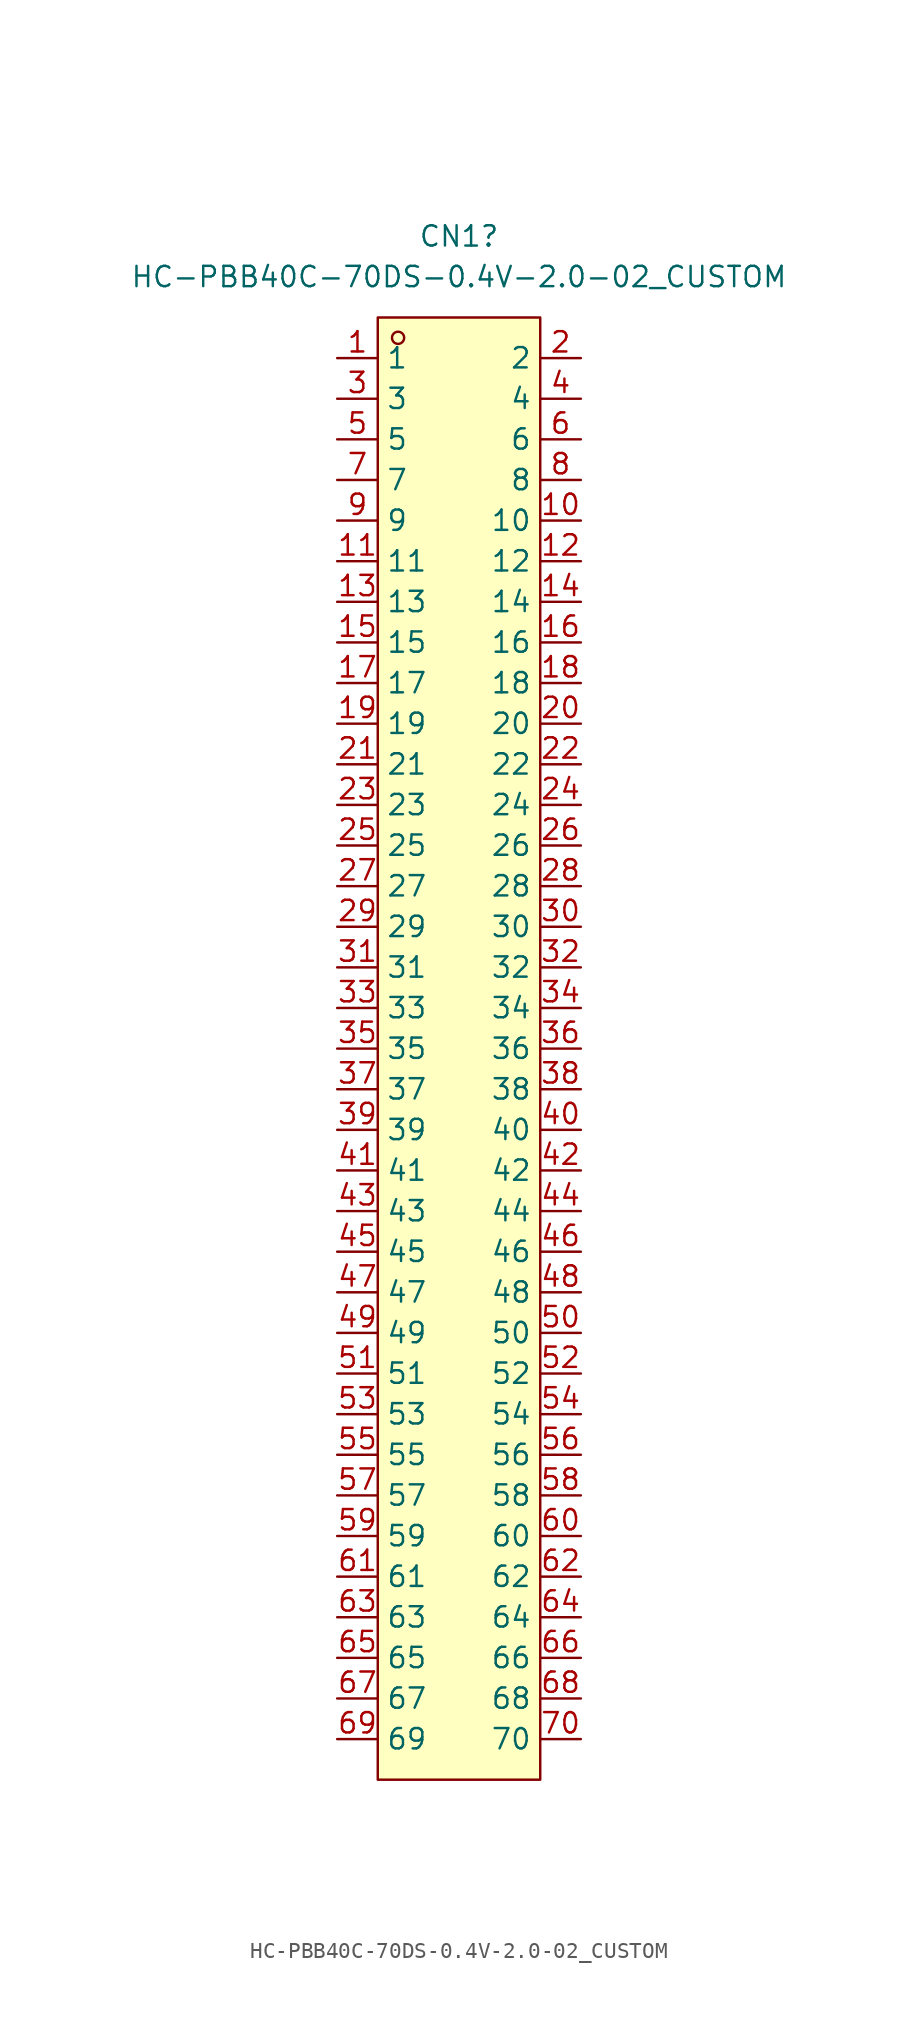
<source format=kicad_sym>
(kicad_symbol_lib
  (version 20241209)
  (generator "kicad_symbol_editor")
  (generator_version "9.0")
  (symbol "HC-PBB40C-70DS-0.4V-2.0-02_CUSTOM"
    (property "Reference" "CN1"
      (at 0 50.8 0)
      (effects (font (size 1.27 1.27))))
    (property "Value" "HC-PBB40C-70DS-0.4V-2.0-02_CUSTOM"
      (at 0 48.26 0)
      (effects (font (size 1.27 1.27))))
    (symbol "HC-PBB40C-70DS-0.4V-2.0-02_CUSTOM_0_1"
      (rectangle (start -5.08 45.72) (end 5.08 -45.72) (stroke (width 0) (type default)) (fill (type background)))
      (circle (center -3.81 44.45) (radius 0.38) (stroke (width 0) (type default)) (fill (type none))))
    (symbol "HC-PBB40C-70DS-0.4V-2.0-02_CUSTOM_1_1"
      (pin passive line (at -7.62 43.18 0) (length 2.54) (name "1" (effects (font (size 1.27 1.27)))) (number "1" (effects (font (size 1.27 1.27)))))
      (pin passive line (at -7.62 40.64 0) (length 2.54) (name "3" (effects (font (size 1.27 1.27)))) (number "3" (effects (font (size 1.27 1.27)))))
      (pin passive line (at -7.62 38.1 0) (length 2.54) (name "5" (effects (font (size 1.27 1.27)))) (number "5" (effects (font (size 1.27 1.27)))))
      (pin passive line (at -7.62 35.56 0) (length 2.54) (name "7" (effects (font (size 1.27 1.27)))) (number "7" (effects (font (size 1.27 1.27)))))
      (pin power_in line (at -7.62 33.02 0) (length 2.54) (name "9" (effects (font (size 1.27 1.27)))) (number "9" (effects (font (size 1.27 1.27)))))
      (pin passive line (at -7.62 30.48 0) (length 2.54) (name "11" (effects (font (size 1.27 1.27)))) (number "11" (effects (font (size 1.27 1.27)))))
      (pin passive line (at -7.62 27.94 0) (length 2.54) (name "13" (effects (font (size 1.27 1.27)))) (number "13" (effects (font (size 1.27 1.27)))))
      (pin passive line (at -7.62 25.4 0) (length 2.54) (name "15" (effects (font (size 1.27 1.27)))) (number "15" (effects (font (size 1.27 1.27)))))
      (pin passive line (at -7.62 22.86 0) (length 2.54) (name "17" (effects (font (size 1.27 1.27)))) (number "17" (effects (font (size 1.27 1.27)))))
      (pin power_in line (at -7.62 20.32 0) (length 2.54) (name "19" (effects (font (size 1.27 1.27)))) (number "19" (effects (font (size 1.27 1.27)))))
      (pin passive line (at -7.62 17.78 0) (length 2.54) (name "21" (effects (font (size 1.27 1.27)))) (number "21" (effects (font (size 1.27 1.27)))))
      (pin passive line (at -7.62 15.24 0) (length 2.54) (name "23" (effects (font (size 1.27 1.27)))) (number "23" (effects (font (size 1.27 1.27)))))
      (pin passive line (at -7.62 12.7 0) (length 2.54) (name "25" (effects (font (size 1.27 1.27)))) (number "25" (effects (font (size 1.27 1.27)))))
      (pin power_in line (at -7.62 10.16 0) (length 2.54) (name "27" (effects (font (size 1.27 1.27)))) (number "27" (effects (font (size 1.27 1.27)))))
      (pin passive line (at -7.62 7.62 0) (length 2.54) (name "29" (effects (font (size 1.27 1.27)))) (number "29" (effects (font (size 1.27 1.27)))))
      (pin passive line (at -7.62 5.08 0) (length 2.54) (name "31" (effects (font (size 1.27 1.27)))) (number "31" (effects (font (size 1.27 1.27)))))
      (pin passive line (at -7.62 2.54 0) (length 2.54) (name "33" (effects (font (size 1.27 1.27)))) (number "33" (effects (font (size 1.27 1.27)))))
      (pin power_in line (at -7.62 0 0) (length 2.54) (name "35" (effects (font (size 1.27 1.27)))) (number "35" (effects (font (size 1.27 1.27)))))
      (pin power_in line (at -7.62 -2.54 0) (length 2.54) (name "37" (effects (font (size 1.27 1.27)))) (number "37" (effects (font (size 1.27 1.27)))))
      (pin passive line (at -7.62 -5.08 0) (length 2.54) (name "39" (effects (font (size 1.27 1.27)))) (number "39" (effects (font (size 1.27 1.27)))))
      (pin passive line (at -7.62 -7.62 0) (length 2.54) (name "41" (effects (font (size 1.27 1.27)))) (number "41" (effects (font (size 1.27 1.27)))))
      (pin passive line (at -7.62 -10.16 0) (length 2.54) (name "43" (effects (font (size 1.27 1.27)))) (number "43" (effects (font (size 1.27 1.27)))))
      (pin passive line (at -7.62 -12.7 0) (length 2.54) (name "45" (effects (font (size 1.27 1.27)))) (number "45" (effects (font (size 1.27 1.27)))))
      (pin passive line (at -7.62 -15.24 0) (length 2.54) (name "47" (effects (font (size 1.27 1.27)))) (number "47" (effects (font (size 1.27 1.27)))))
      (pin passive line (at -7.62 -17.78 0) (length 2.54) (name "49" (effects (font (size 1.27 1.27)))) (number "49" (effects (font (size 1.27 1.27)))))
      (pin passive line (at -7.62 -20.32 0) (length 2.54) (name "51" (effects (font (size 1.27 1.27)))) (number "51" (effects (font (size 1.27 1.27)))))
      (pin passive line (at -7.62 -22.86 0) (length 2.54) (name "53" (effects (font (size 1.27 1.27)))) (number "53" (effects (font (size 1.27 1.27)))))
      (pin passive line (at -7.62 -25.4 0) (length 2.54) (name "55" (effects (font (size 1.27 1.27)))) (number "55" (effects (font (size 1.27 1.27)))))
      (pin power_in line (at -7.62 -27.94 0) (length 2.54) (name "57" (effects (font (size 1.27 1.27)))) (number "57" (effects (font (size 1.27 1.27)))))
      (pin passive line (at -7.62 -30.48 0) (length 2.54) (name "59" (effects (font (size 1.27 1.27)))) (number "59" (effects (font (size 1.27 1.27)))))
      (pin passive line (at -7.62 -33.02 0) (length 2.54) (name "61" (effects (font (size 1.27 1.27)))) (number "61" (effects (font (size 1.27 1.27)))))
      (pin power_in line (at -7.62 -35.56 0) (length 2.54) (name "63" (effects (font (size 1.27 1.27)))) (number "63" (effects (font (size 1.27 1.27)))))
      (pin passive line (at -7.62 -38.1 0) (length 2.54) (name "65" (effects (font (size 1.27 1.27)))) (number "65" (effects (font (size 1.27 1.27)))))
      (pin passive line (at -7.62 -40.64 0) (length 2.54) (name "67" (effects (font (size 1.27 1.27)))) (number "67" (effects (font (size 1.27 1.27)))))
      (pin passive line (at -7.62 -43.18 0) (length 2.54) (name "69" (effects (font (size 1.27 1.27)))) (number "69" (effects (font (size 1.27 1.27)))))
      (pin passive line (at 7.62 43.18 180) (length 2.54) (name "2" (effects (font (size 1.27 1.27)))) (number "2" (effects (font (size 1.27 1.27)))))
      (pin passive line (at 7.62 40.64 180) (length 2.54) (name "4" (effects (font (size 1.27 1.27)))) (number "4" (effects (font (size 1.27 1.27)))))
      (pin passive line (at 7.62 38.1 180) (length 2.54) (name "6" (effects (font (size 1.27 1.27)))) (number "6" (effects (font (size 1.27 1.27)))))
      (pin passive line (at 7.62 35.56 180) (length 2.54) (name "8" (effects (font (size 1.27 1.27)))) (number "8" (effects (font (size 1.27 1.27)))))
      (pin passive line (at 7.62 33.02 180) (length 2.54) (name "10" (effects (font (size 1.27 1.27)))) (number "10" (effects (font (size 1.27 1.27)))))
      (pin passive line (at 7.62 30.48 180) (length 2.54) (name "12" (effects (font (size 1.27 1.27)))) (number "12" (effects (font (size 1.27 1.27)))))
      (pin passive line (at 7.62 27.94 180) (length 2.54) (name "14" (effects (font (size 1.27 1.27)))) (number "14" (effects (font (size 1.27 1.27)))))
      (pin passive line (at 7.62 25.4 180) (length 2.54) (name "16" (effects (font (size 1.27 1.27)))) (number "16" (effects (font (size 1.27 1.27)))))
      (pin power_in line (at 7.62 22.86 180) (length 2.54) (name "18" (effects (font (size 1.27 1.27)))) (number "18" (effects (font (size 1.27 1.27)))))
      (pin passive line (at 7.62 20.32 180) (length 2.54) (name "20" (effects (font (size 1.27 1.27)))) (number "20" (effects (font (size 1.27 1.27)))))
      (pin passive line (at 7.62 17.78 180) (length 2.54) (name "22" (effects (font (size 1.27 1.27)))) (number "22" (effects (font (size 1.27 1.27)))))
      (pin passive line (at 7.62 15.24 180) (length 2.54) (name "24" (effects (font (size 1.27 1.27)))) (number "24" (effects (font (size 1.27 1.27)))))
      (pin power_in line (at 7.62 12.7 180) (length 2.54) (name "26" (effects (font (size 1.27 1.27)))) (number "26" (effects (font (size 1.27 1.27)))))
      (pin passive line (at 7.62 10.16 180) (length 2.54) (name "28" (effects (font (size 1.27 1.27)))) (number "28" (effects (font (size 1.27 1.27)))))
      (pin passive line (at 7.62 7.62 180) (length 2.54) (name "30" (effects (font (size 1.27 1.27)))) (number "30" (effects (font (size 1.27 1.27)))))
      (pin passive line (at 7.62 5.08 180) (length 2.54) (name "32" (effects (font (size 1.27 1.27)))) (number "32" (effects (font (size 1.27 1.27)))))
      (pin power_in line (at 7.62 2.54 180) (length 2.54) (name "34" (effects (font (size 1.27 1.27)))) (number "34" (effects (font (size 1.27 1.27)))))
      (pin power_in line (at 7.62 0 180) (length 2.54) (name "36" (effects (font (size 1.27 1.27)))) (number "36" (effects (font (size 1.27 1.27)))))
      (pin passive line (at 7.62 -2.54 180) (length 2.54) (name "38" (effects (font (size 1.27 1.27)))) (number "38" (effects (font (size 1.27 1.27)))))
      (pin passive line (at 7.62 -5.08 180) (length 2.54) (name "40" (effects (font (size 1.27 1.27)))) (number "40" (effects (font (size 1.27 1.27)))))
      (pin passive line (at 7.62 -7.62 180) (length 2.54) (name "42" (effects (font (size 1.27 1.27)))) (number "42" (effects (font (size 1.27 1.27)))))
      (pin passive line (at 7.62 -10.16 180) (length 2.54) (name "44" (effects (font (size 1.27 1.27)))) (number "44" (effects (font (size 1.27 1.27)))))
      (pin power_in line (at 7.62 -12.7 180) (length 2.54) (name "46" (effects (font (size 1.27 1.27)))) (number "46" (effects (font (size 1.27 1.27)))))
      (pin passive line (at 7.62 -15.24 180) (length 2.54) (name "48" (effects (font (size 1.27 1.27)))) (number "48" (effects (font (size 1.27 1.27)))))
      (pin passive line (at 7.62 -17.78 180) (length 2.54) (name "50" (effects (font (size 1.27 1.27)))) (number "50" (effects (font (size 1.27 1.27)))))
      (pin passive line (at 7.62 -20.32 180) (length 2.54) (name "52" (effects (font (size 1.27 1.27)))) (number "52" (effects (font (size 1.27 1.27)))))
      (pin passive line (at 7.62 -22.86 180) (length 2.54) (name "54" (effects (font (size 1.27 1.27)))) (number "54" (effects (font (size 1.27 1.27)))))
      (pin passive line (at 7.62 -25.4 180) (length 2.54) (name "56" (effects (font (size 1.27 1.27)))) (number "56" (effects (font (size 1.27 1.27)))))
      (pin power_in line (at 7.62 -27.94 180) (length 2.54) (name "58" (effects (font (size 1.27 1.27)))) (number "58" (effects (font (size 1.27 1.27)))))
      (pin passive line (at 7.62 -30.48 180) (length 2.54) (name "60" (effects (font (size 1.27 1.27)))) (number "60" (effects (font (size 1.27 1.27)))))
      (pin passive line (at 7.62 -33.02 180) (length 2.54) (name "62" (effects (font (size 1.27 1.27)))) (number "62" (effects (font (size 1.27 1.27)))))
      (pin power_in line (at 7.62 -35.56 180) (length 2.54) (name "64" (effects (font (size 1.27 1.27)))) (number "64" (effects (font (size 1.27 1.27)))))
      (pin passive line (at 7.62 -38.1 180) (length 2.54) (name "66" (effects (font (size 1.27 1.27)))) (number "66" (effects (font (size 1.27 1.27)))))
      (pin passive line (at 7.62 -40.64 180) (length 2.54) (name "68" (effects (font (size 1.27 1.27)))) (number "68" (effects (font (size 1.27 1.27)))))
      (pin passive line (at 7.62 -43.18 180) (length 2.54) (name "70" (effects (font (size 1.27 1.27)))) (number "70" (effects (font (size 1.27 1.27))))))))
</source>
